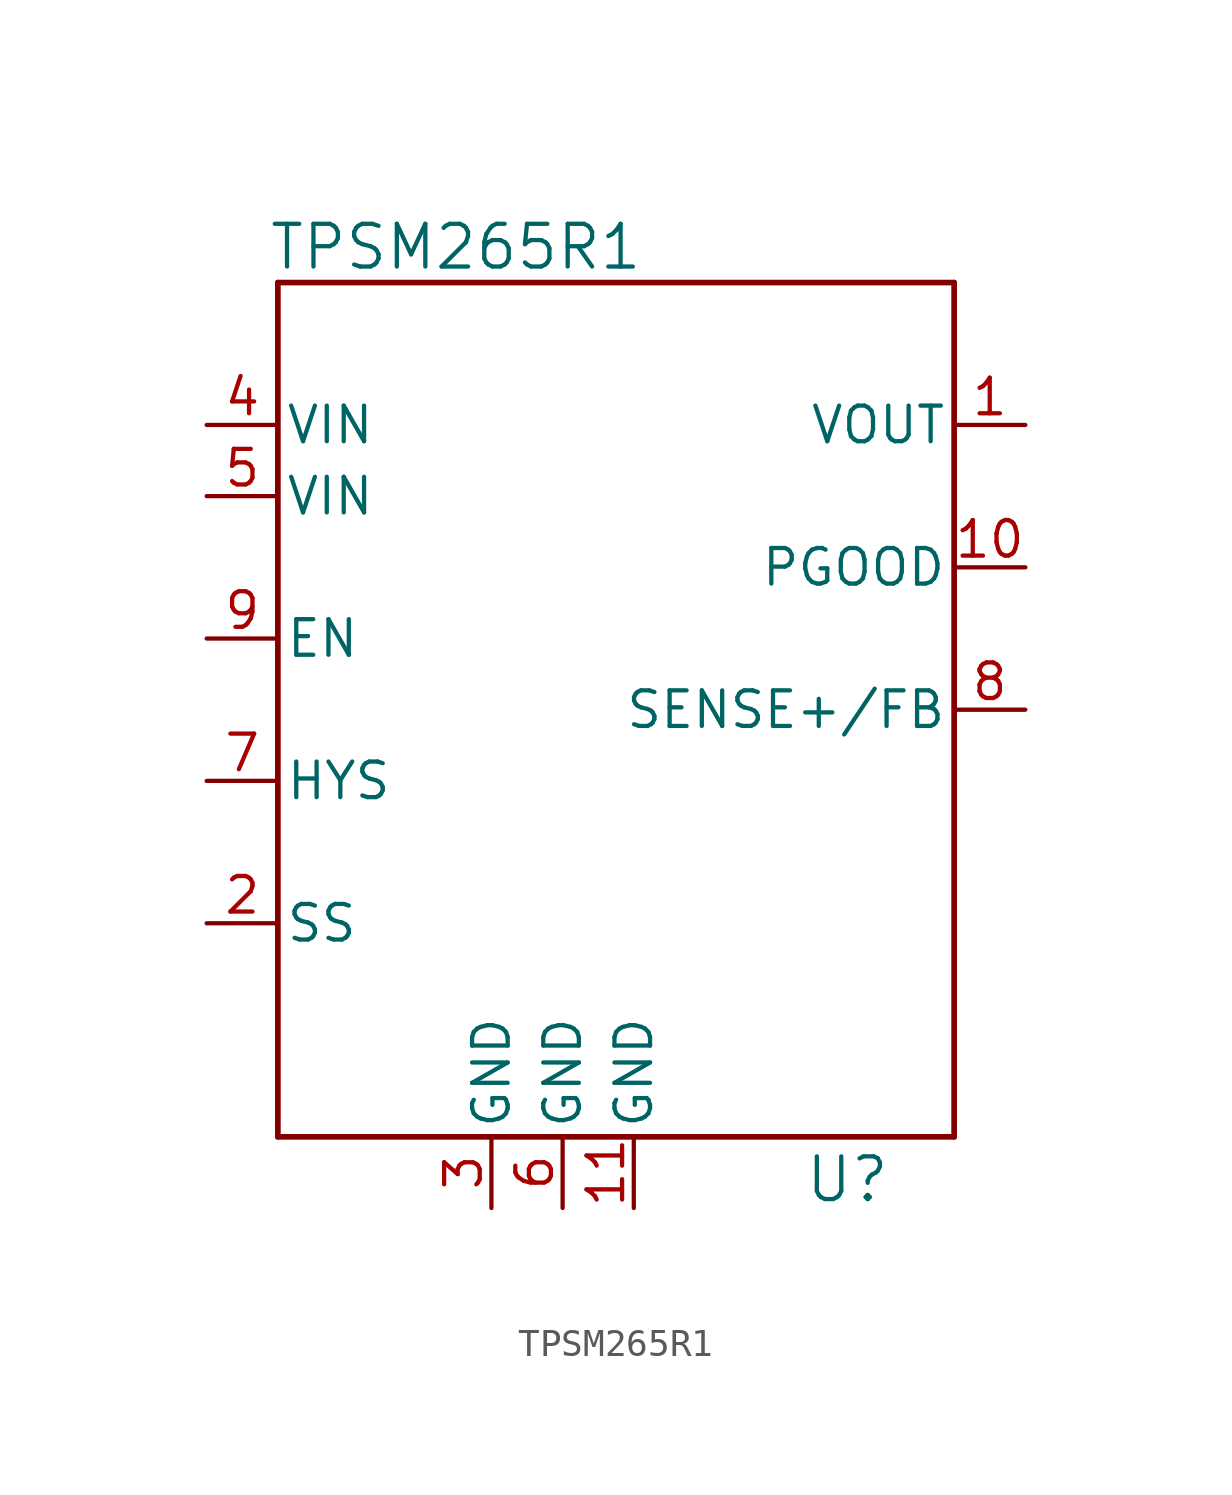
<source format=kicad_sym>
(kicad_symbol_lib
  (version 20241209)
  (generator "kicad_symbol_editor")
  (generator_version "9.0")
  (symbol "TPSM265R1"
    (pin_names
      (offset 0.254))
    (property "Reference" "U"
      (at 8.89 -16.764 0)
      (effects (font (size 1.524 1.524))))
    (property "Value" "TPSM265R1"
      (at -5.08 16.51 0)
      (effects (font (size 1.524 1.524))))
    (property "ki_locked" ""
      (at 0 0 0)
      (effects (font (size 1.27 1.27))))
    (symbol "TPSM265R1_0_1"
      (polyline (pts (xy -11.43 15.24) (xy -11.43 -15.24)) (stroke (width 0.203) (type default)) (fill (type none)))
      (polyline (pts (xy -11.43 -15.24) (xy 12.7 -15.24)) (stroke (width 0.203) (type default)) (fill (type none)))
      (polyline (pts (xy 12.7 15.24) (xy -11.43 15.24)) (stroke (width 0.203) (type default)) (fill (type none)))
      (polyline (pts (xy 12.7 -15.24) (xy 12.7 15.24)) (stroke (width 0.203) (type default)) (fill (type none)))
      (pin power_in line (at -13.97 10.16 0) (length 2.54) (name "VIN" (effects (font (size 1.27 1.27)))) (number "4" (effects (font (size 1.27 1.27))))))
    (symbol "TPSM265R1_1_1"
      (pin power_in line (at -13.97 7.62 0) (length 2.54) (name "VIN" (effects (font (size 1.27 1.27)))) (number "5" (effects (font (size 1.27 1.27)))))
      (pin input line (at -13.97 2.54 0) (length 2.54) (name "EN" (effects (font (size 1.27 1.27)))) (number "9" (effects (font (size 1.27 1.27)))))
      (pin open_collector line (at -13.97 -2.54 0) (length 2.54) (name "HYS" (effects (font (size 1.27 1.27)))) (number "7" (effects (font (size 1.27 1.27)))))
      (pin input line (at -13.97 -7.62 0) (length 2.54) (name "SS" (effects (font (size 1.27 1.27)))) (number "2" (effects (font (size 1.27 1.27)))))
      (pin power_in line (at -3.81 -17.78 90) (length 2.54) (name "GND" (effects (font (size 1.27 1.27)))) (number "3" (effects (font (size 1.27 1.27)))))
      (pin power_in line (at -1.27 -17.78 90) (length 2.54) (name "GND" (effects (font (size 1.27 1.27)))) (number "6" (effects (font (size 1.27 1.27)))))
      (pin power_in line (at 1.27 -17.78 90) (length 2.54) (name "GND" (effects (font (size 1.27 1.27)))) (number "11" (effects (font (size 1.27 1.27)))))
      (pin power_in line (at 15.24 10.16 180) (length 2.54) (name "VOUT" (effects (font (size 1.27 1.27)))) (number "1" (effects (font (size 1.27 1.27)))))
      (pin open_collector line (at 15.24 5.08 180) (length 2.54) (name "PGOOD" (effects (font (size 1.27 1.27)))) (number "10" (effects (font (size 1.27 1.27)))))
      (pin input line (at 15.24 0 180) (length 2.54) (name "SENSE+/FB" (effects (font (size 1.27 1.27)))) (number "8" (effects (font (size 1.27 1.27))))))))
</source>
